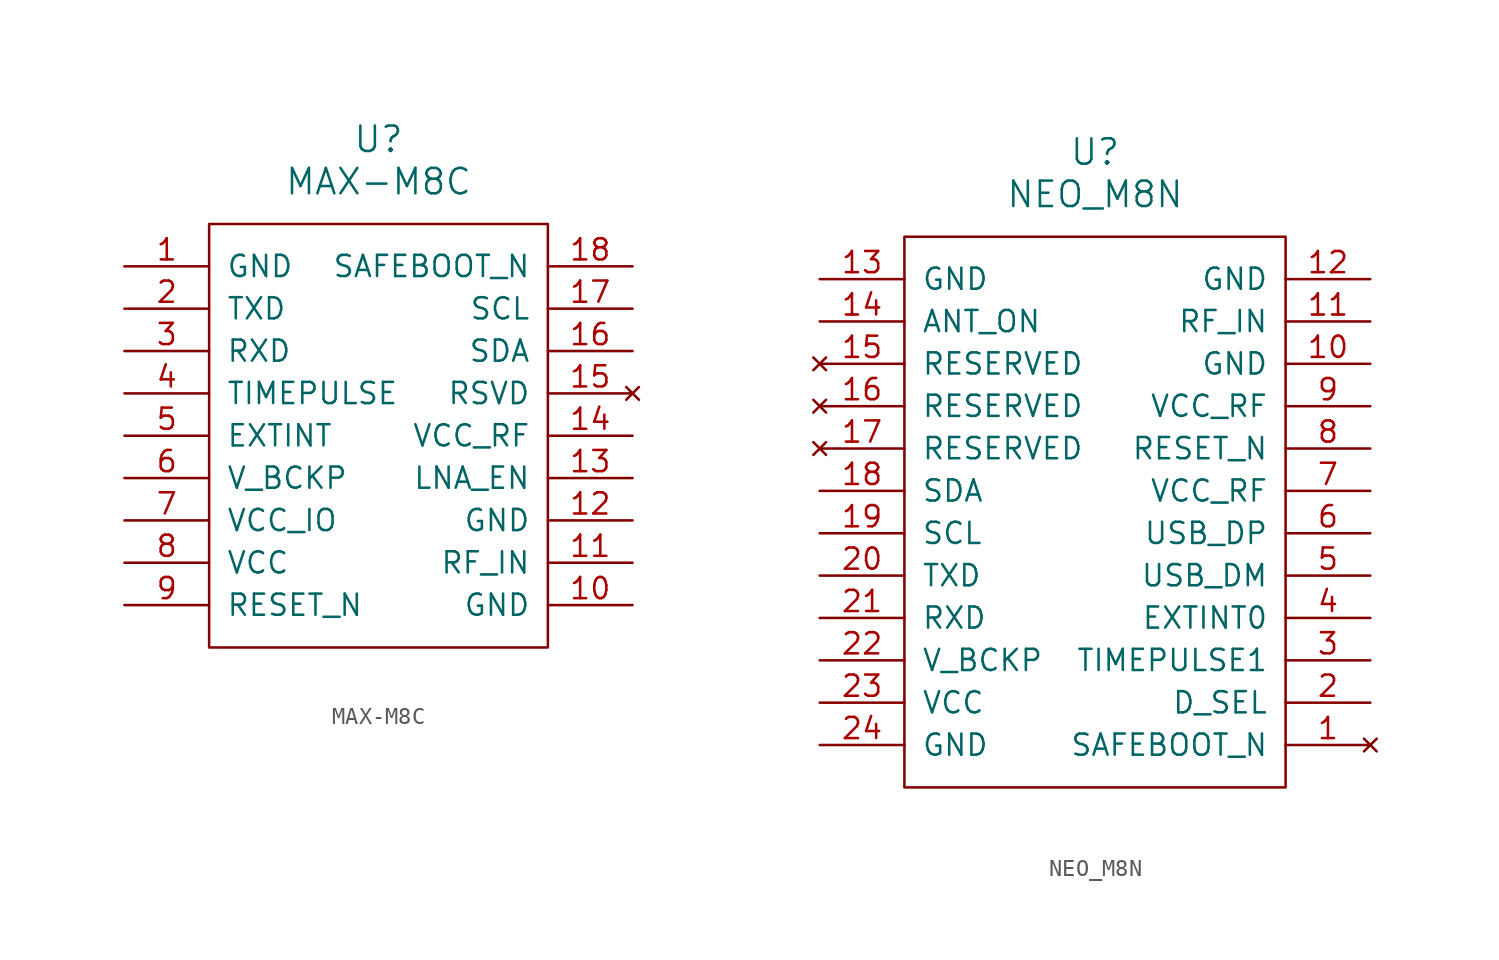
<source format=kicad_sym>
(kicad_symbol_lib
  (version 20201005)
  (generator kicad_symbol_editor)
  (symbol "MAX-M8C"
    (pin_names
      (offset 1.016))
    (property "Reference" "U"
      (at 0 17.78 0)
      (effects (font (size 1.524 1.524))))
    (property "Value" "MAX-M8C"
      (at 0 15.24 0)
      (effects (font (size 1.524 1.524))))
    (symbol "MAX-M8C_0_1"
      (rectangle (start -10.16 12.7) (end 10.16 -12.7) (stroke (width 0)) (fill (type none))))
    (symbol "MAX-M8C_1_1"
      (pin power_in line (at -15.24 10.16 0) (length 5.08) (name "GND" (effects (font (size 1.27 1.27)))) (number "1" (effects (font (size 1.27 1.27)))))
      (pin power_in line (at 15.24 -10.16 180) (length 5.08) (name "GND" (effects (font (size 1.27 1.27)))) (number "10" (effects (font (size 1.27 1.27)))))
      (pin input line (at 15.24 -7.62 180) (length 5.08) (name "RF_IN" (effects (font (size 1.27 1.27)))) (number "11" (effects (font (size 1.27 1.27)))))
      (pin power_in line (at 15.24 -5.08 180) (length 5.08) (name "GND" (effects (font (size 1.27 1.27)))) (number "12" (effects (font (size 1.27 1.27)))))
      (pin output line (at 15.24 -2.54 180) (length 5.08) (name "LNA_EN" (effects (font (size 1.27 1.27)))) (number "13" (effects (font (size 1.27 1.27)))))
      (pin power_out line (at 15.24 0 180) (length 5.08) (name "VCC_RF" (effects (font (size 1.27 1.27)))) (number "14" (effects (font (size 1.27 1.27)))))
      (pin unconnected line (at 15.24 2.54 180) (length 5.08) (name "RSVD" (effects (font (size 1.27 1.27)))) (number "15" (effects (font (size 1.27 1.27)))))
      (pin bidirectional line (at 15.24 5.08 180) (length 5.08) (name "SDA" (effects (font (size 1.27 1.27)))) (number "16" (effects (font (size 1.27 1.27)))))
      (pin bidirectional line (at 15.24 7.62 180) (length 5.08) (name "SCL" (effects (font (size 1.27 1.27)))) (number "17" (effects (font (size 1.27 1.27)))))
      (pin input line (at 15.24 10.16 180) (length 5.08) (name "SAFEBOOT_N" (effects (font (size 1.27 1.27)))) (number "18" (effects (font (size 1.27 1.27)))))
      (pin output line (at -15.24 7.62 0) (length 5.08) (name "TXD" (effects (font (size 1.27 1.27)))) (number "2" (effects (font (size 1.27 1.27)))))
      (pin input line (at -15.24 5.08 0) (length 5.08) (name "RXD" (effects (font (size 1.27 1.27)))) (number "3" (effects (font (size 1.27 1.27)))))
      (pin output line (at -15.24 2.54 0) (length 5.08) (name "TIMEPULSE" (effects (font (size 1.27 1.27)))) (number "4" (effects (font (size 1.27 1.27)))))
      (pin input line (at -15.24 0 0) (length 5.08) (name "EXTINT" (effects (font (size 1.27 1.27)))) (number "5" (effects (font (size 1.27 1.27)))))
      (pin power_in line (at -15.24 -2.54 0) (length 5.08) (name "V_BCKP" (effects (font (size 1.27 1.27)))) (number "6" (effects (font (size 1.27 1.27)))))
      (pin power_in line (at -15.24 -5.08 0) (length 5.08) (name "VCC_IO" (effects (font (size 1.27 1.27)))) (number "7" (effects (font (size 1.27 1.27)))))
      (pin power_in line (at -15.24 -7.62 0) (length 5.08) (name "VCC" (effects (font (size 1.27 1.27)))) (number "8" (effects (font (size 1.27 1.27)))))
      (pin input line (at -15.24 -10.16 0) (length 5.08) (name "RESET_N" (effects (font (size 1.27 1.27)))) (number "9" (effects (font (size 1.27 1.27)))))))
  (symbol "NEO_M8N"
    (pin_names
      (offset 1.016))
    (property "Reference" "U"
      (at 0 21.59 0)
      (effects (font (size 1.524 1.524))))
    (property "Value" "NEO_M8N"
      (at 0 19.05 0)
      (effects (font (size 1.524 1.524))))
    (symbol "NEO_M8N_0_1"
      (rectangle (start -11.43 16.51) (end 11.43 -16.51) (stroke (width 0)) (fill (type none))))
    (symbol "NEO_M8N_1_1"
      (pin unconnected line (at 16.51 -13.97 180) (length 5.08) (name "SAFEBOOT_N" (effects (font (size 1.27 1.27)))) (number "1" (effects (font (size 1.27 1.27)))))
      (pin power_in line (at 16.51 8.89 180) (length 5.08) (name "GND" (effects (font (size 1.27 1.27)))) (number "10" (effects (font (size 1.27 1.27)))))
      (pin input line (at 16.51 11.43 180) (length 5.08) (name "RF_IN" (effects (font (size 1.27 1.27)))) (number "11" (effects (font (size 1.27 1.27)))))
      (pin power_in line (at 16.51 13.97 180) (length 5.08) (name "GND" (effects (font (size 1.27 1.27)))) (number "12" (effects (font (size 1.27 1.27)))))
      (pin power_in line (at -16.51 13.97 0) (length 5.08) (name "GND" (effects (font (size 1.27 1.27)))) (number "13" (effects (font (size 1.27 1.27)))))
      (pin output line (at -16.51 11.43 0) (length 5.08) (name "ANT_ON" (effects (font (size 1.27 1.27)))) (number "14" (effects (font (size 1.27 1.27)))))
      (pin unconnected line (at -16.51 8.89 0) (length 5.08) (name "RESERVED" (effects (font (size 1.27 1.27)))) (number "15" (effects (font (size 1.27 1.27)))))
      (pin unconnected line (at -16.51 6.35 0) (length 5.08) (name "RESERVED" (effects (font (size 1.27 1.27)))) (number "16" (effects (font (size 1.27 1.27)))))
      (pin unconnected line (at -16.51 3.81 0) (length 5.08) (name "RESERVED" (effects (font (size 1.27 1.27)))) (number "17" (effects (font (size 1.27 1.27)))))
      (pin bidirectional line (at -16.51 1.27 0) (length 5.08) (name "SDA" (effects (font (size 1.27 1.27)))) (number "18" (effects (font (size 1.27 1.27)))))
      (pin input line (at -16.51 -1.27 0) (length 5.08) (name "SCL" (effects (font (size 1.27 1.27)))) (number "19" (effects (font (size 1.27 1.27)))))
      (pin input line (at 16.51 -11.43 180) (length 5.08) (name "D_SEL" (effects (font (size 1.27 1.27)))) (number "2" (effects (font (size 1.27 1.27)))))
      (pin output line (at -16.51 -3.81 0) (length 5.08) (name "TXD" (effects (font (size 1.27 1.27)))) (number "20" (effects (font (size 1.27 1.27)))))
      (pin input line (at -16.51 -6.35 0) (length 5.08) (name "RXD" (effects (font (size 1.27 1.27)))) (number "21" (effects (font (size 1.27 1.27)))))
      (pin power_in line (at -16.51 -8.89 0) (length 5.08) (name "V_BCKP" (effects (font (size 1.27 1.27)))) (number "22" (effects (font (size 1.27 1.27)))))
      (pin power_in line (at -16.51 -11.43 0) (length 5.08) (name "VCC" (effects (font (size 1.27 1.27)))) (number "23" (effects (font (size 1.27 1.27)))))
      (pin power_in line (at -16.51 -13.97 0) (length 5.08) (name "GND" (effects (font (size 1.27 1.27)))) (number "24" (effects (font (size 1.27 1.27)))))
      (pin output line (at 16.51 -8.89 180) (length 5.08) (name "TIMEPULSE1" (effects (font (size 1.27 1.27)))) (number "3" (effects (font (size 1.27 1.27)))))
      (pin input line (at 16.51 -6.35 180) (length 5.08) (name "EXTINT0" (effects (font (size 1.27 1.27)))) (number "4" (effects (font (size 1.27 1.27)))))
      (pin bidirectional line (at 16.51 -3.81 180) (length 5.08) (name "USB_DM" (effects (font (size 1.27 1.27)))) (number "5" (effects (font (size 1.27 1.27)))))
      (pin bidirectional line (at 16.51 -1.27 180) (length 5.08) (name "USB_DP" (effects (font (size 1.27 1.27)))) (number "6" (effects (font (size 1.27 1.27)))))
      (pin power_out line (at 16.51 1.27 180) (length 5.08) (name "VCC_RF" (effects (font (size 1.27 1.27)))) (number "7" (effects (font (size 1.27 1.27)))))
      (pin output line (at 16.51 3.81 180) (length 5.08) (name "RESET_N" (effects (font (size 1.27 1.27)))) (number "8" (effects (font (size 1.27 1.27)))))
      (pin power_in line (at 16.51 6.35 180) (length 5.08) (name "VCC_RF" (effects (font (size 1.27 1.27)))) (number "9" (effects (font (size 1.27 1.27))))))))
</source>
